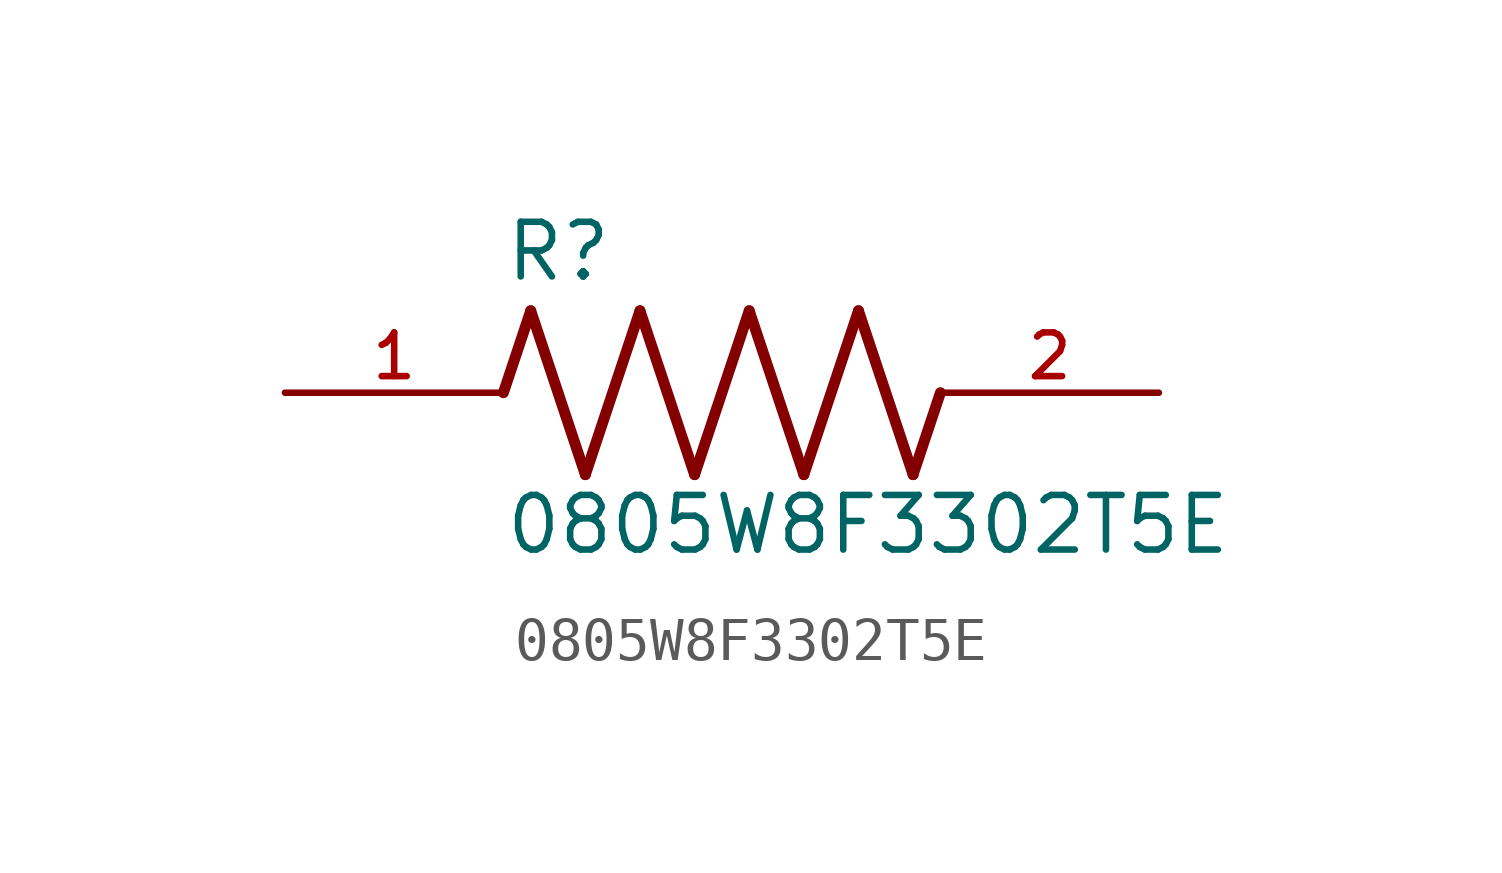
<source format=kicad_sym>
(kicad_symbol_lib
  (version 20211014)
  (generator kicad_symbol_editor)
  (symbol "0805W8F3302T5E"
    (pin_names
      (offset 1.016))
    (property "Reference" "R"
      (at -5.08 2.54 0)
      (effects (font (size 1.27 1.27)) (justify bottom left)))
    (property "Value" "0805W8F3302T5E"
      (at -5.08 -3.81 0)
      (effects (font (size 1.27 1.27)) (justify bottom left)))
    (symbol "0805W8F3302T5E_0_0"
      (polyline (pts (xy -5.08 0.0) (xy -4.445 1.905)) (stroke (width 0.254)))
      (polyline (pts (xy -4.445 1.905) (xy -3.175 -1.905)) (stroke (width 0.254)))
      (polyline (pts (xy -3.175 -1.905) (xy -1.905 1.905)) (stroke (width 0.254)))
      (polyline (pts (xy -1.905 1.905) (xy -0.635 -1.905)) (stroke (width 0.254)))
      (polyline (pts (xy -0.635 -1.905) (xy 0.635 1.905)) (stroke (width 0.254)))
      (polyline (pts (xy 0.635 1.905) (xy 1.905 -1.905)) (stroke (width 0.254)))
      (polyline (pts (xy 1.905 -1.905) (xy 3.175 1.905)) (stroke (width 0.254)))
      (polyline (pts (xy 3.175 1.905) (xy 4.445 -1.905)) (stroke (width 0.254)))
      (polyline (pts (xy 4.445 -1.905) (xy 5.08 0.0)) (stroke (width 0.254)))
      (pin passive line (at -10.16 0.0 0) (length 5.08) (name "~" (effects (font (size 1.016 1.016)))) (number "1" (effects (font (size 1.016 1.016)))))
      (pin passive line (at 10.16 0.0 180.0) (length 5.08) (name "~" (effects (font (size 1.016 1.016)))) (number "2" (effects (font (size 1.016 1.016))))))))
</source>
